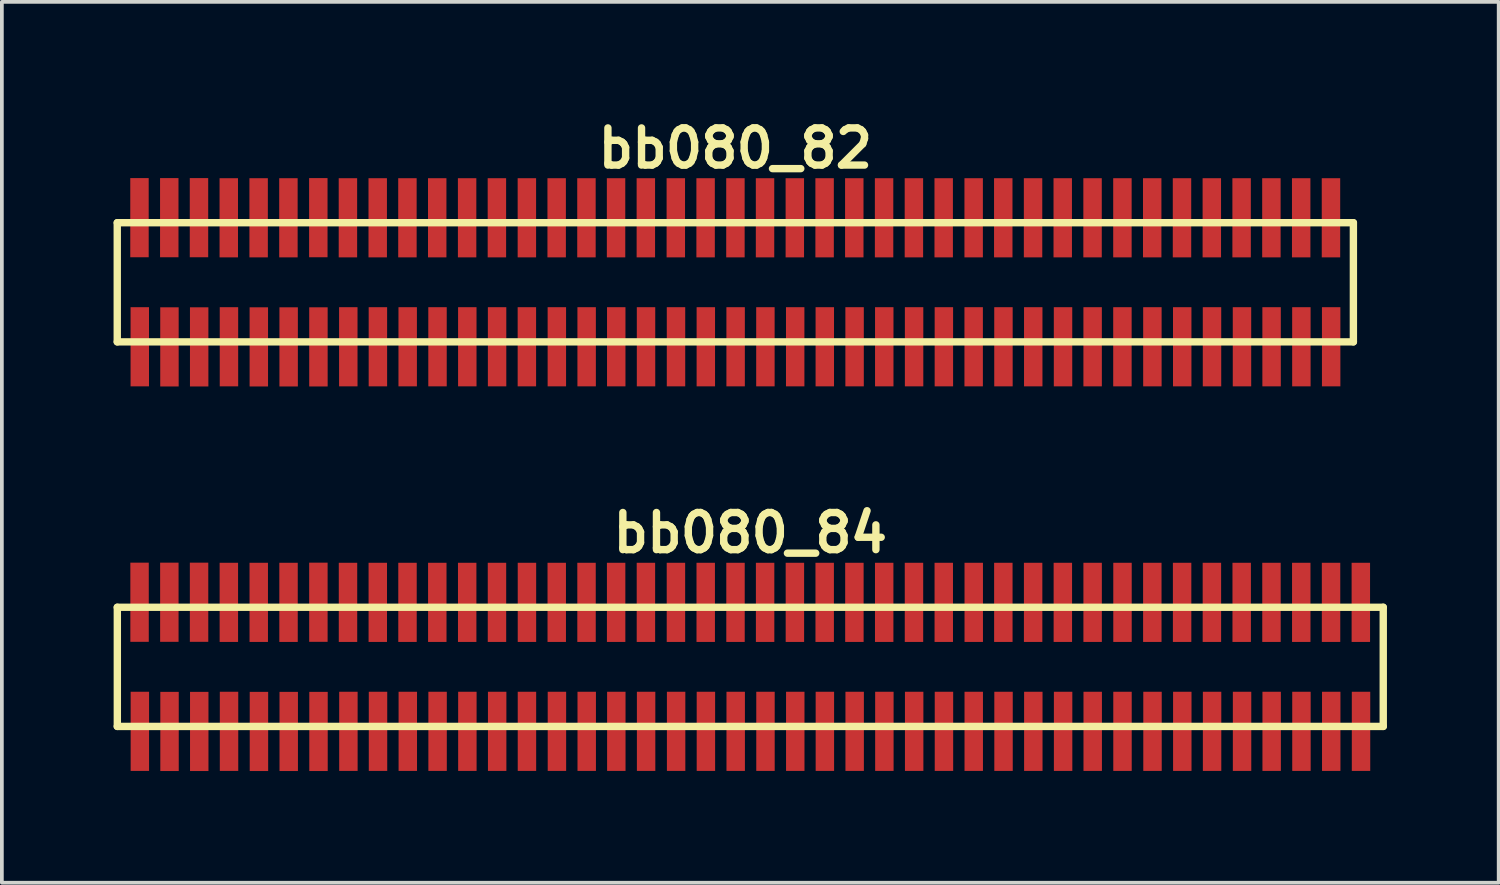
<source format=kicad_pcb>
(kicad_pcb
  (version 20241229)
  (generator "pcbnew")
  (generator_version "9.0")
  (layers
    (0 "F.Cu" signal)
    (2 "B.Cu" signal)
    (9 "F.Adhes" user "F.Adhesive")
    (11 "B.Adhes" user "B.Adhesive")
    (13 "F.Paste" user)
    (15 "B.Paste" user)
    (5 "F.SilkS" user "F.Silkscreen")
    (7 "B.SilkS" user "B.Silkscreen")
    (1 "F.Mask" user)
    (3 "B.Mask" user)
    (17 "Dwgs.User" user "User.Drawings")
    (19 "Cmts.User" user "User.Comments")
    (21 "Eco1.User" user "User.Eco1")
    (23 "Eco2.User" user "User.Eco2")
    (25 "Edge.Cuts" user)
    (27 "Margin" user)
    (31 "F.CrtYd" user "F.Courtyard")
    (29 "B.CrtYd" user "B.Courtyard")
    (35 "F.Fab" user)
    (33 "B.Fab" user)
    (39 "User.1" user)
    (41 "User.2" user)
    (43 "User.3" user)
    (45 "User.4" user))
  (footprint "bb080_82"
    (layer "F.Cu")
    (at 16.698 4.531)
    (property "Reference" "bb080_82" (at 0 -3.599 0) (layer "F.SilkS") (effects (font (size 0.998 0.998) (thickness 0.198))))
    (attr through_hole)
    (fp_line (start -16.599 -1.6) (end -16.599 1.6) (stroke (width 0.198) (type solid)) (layer "F.SilkS"))
    (fp_line (start -16.599 1.6) (end 16.599 1.6) (stroke (width 0.198) (type solid)) (layer "F.SilkS"))
    (fp_line (start 16.599 -1.6) (end -16.599 -1.6) (stroke (width 0.198) (type solid)) (layer "F.SilkS"))
    (fp_line (start 16.599 1.6) (end 16.599 -1.6) (stroke (width 0.198) (type solid)) (layer "F.SilkS"))
    (pad "1" smd rect (at -15.994 1.732) (size 0.495 2.126) (layers "F.Cu" "F.Mask" "F.Paste"))
    (pad "2" smd rect (at -16.002 -1.735) (size 0.495 2.126) (layers "F.Cu" "F.Mask" "F.Paste"))
    (pad "3" smd rect (at -15.197 1.735) (size 0.495 2.126) (layers "F.Cu" "F.Mask" "F.Paste"))
    (pad "4" smd rect (at -15.202 -1.735) (size 0.495 2.126) (layers "F.Cu" "F.Mask" "F.Paste"))
    (pad "5" smd rect (at -14.399 1.735) (size 0.495 2.126) (layers "F.Cu" "F.Mask" "F.Paste"))
    (pad "6" smd rect (at -14.404 -1.735) (size 0.495 2.126) (layers "F.Cu" "F.Mask" "F.Paste"))
    (pad "7" smd rect (at -13.599 1.732) (size 0.495 2.126) (layers "F.Cu" "F.Mask" "F.Paste"))
    (pad "8" smd rect (at -13.604 -1.732) (size 0.495 2.126) (layers "F.Cu" "F.Mask" "F.Paste"))
    (pad "9" smd rect (at -12.797 1.735) (size 0.495 2.126) (layers "F.Cu" "F.Mask" "F.Paste"))
    (pad "10" smd rect (at -12.802 -1.732) (size 0.495 2.126) (layers "F.Cu" "F.Mask" "F.Paste"))
    (pad "11" smd rect (at -11.996 1.735) (size 0.495 2.126) (layers "F.Cu" "F.Mask" "F.Paste"))
    (pad "12" smd rect (at -12.002 -1.732) (size 0.495 2.126) (layers "F.Cu" "F.Mask" "F.Paste"))
    (pad "13" smd rect (at -11.196 1.735) (size 0.495 2.126) (layers "F.Cu" "F.Mask" "F.Paste"))
    (pad "14" smd rect (at -11.199 -1.735) (size 0.495 2.126) (layers "F.Cu" "F.Mask" "F.Paste"))
    (pad "15" smd rect (at -10.394 1.732) (size 0.495 2.126) (layers "F.Cu" "F.Mask" "F.Paste"))
    (pad "16" smd rect (at -10.404 -1.732) (size 0.495 2.126) (layers "F.Cu" "F.Mask" "F.Paste"))
    (pad "17" smd rect (at -9.599 1.732) (size 0.495 2.126) (layers "F.Cu" "F.Mask" "F.Paste"))
    (pad "18" smd rect (at -9.604 -1.732) (size 0.495 2.126) (layers "F.Cu" "F.Mask" "F.Paste"))
    (pad "19" smd rect (at -8.799 1.732) (size 0.495 2.126) (layers "F.Cu" "F.Mask" "F.Paste"))
    (pad "20" smd rect (at -8.806 -1.732) (size 0.495 2.126) (layers "F.Cu" "F.Mask" "F.Paste"))
    (pad "21" smd rect (at -7.998 1.732) (size 0.495 2.126) (layers "F.Cu" "F.Mask" "F.Paste"))
    (pad "22" smd rect (at -8.006 -1.732) (size 0.495 2.126) (layers "F.Cu" "F.Mask" "F.Paste"))
    (pad "23" smd rect (at -7.198 1.732) (size 0.495 2.126) (layers "F.Cu" "F.Mask" "F.Paste"))
    (pad "24" smd rect (at -7.203 -1.732) (size 0.495 2.126) (layers "F.Cu" "F.Mask" "F.Paste"))
    (pad "25" smd rect (at -6.398 1.732) (size 0.495 2.126) (layers "F.Cu" "F.Mask" "F.Paste"))
    (pad "26" smd rect (at -6.403 -1.732) (size 0.495 2.126) (layers "F.Cu" "F.Mask" "F.Paste"))
    (pad "27" smd rect (at -5.598 1.732) (size 0.495 2.126) (layers "F.Cu" "F.Mask" "F.Paste"))
    (pad "28" smd rect (at -5.598 -1.732) (size 0.495 2.126) (layers "F.Cu" "F.Mask" "F.Paste"))
    (pad "29" smd rect (at -4.793 1.732) (size 0.495 2.126) (layers "F.Cu" "F.Mask" "F.Paste"))
    (pad "30" smd rect (at -4.798 -1.732) (size 0.495 2.126) (layers "F.Cu" "F.Mask" "F.Paste"))
    (pad "31" smd rect (at -3.993 1.732) (size 0.495 2.126) (layers "F.Cu" "F.Mask" "F.Paste"))
    (pad "32" smd rect (at -3.998 -1.732) (size 0.495 2.126) (layers "F.Cu" "F.Mask" "F.Paste"))
    (pad "33" smd rect (at -3.198 1.732) (size 0.495 2.126) (layers "F.Cu" "F.Mask" "F.Paste"))
    (pad "34" smd rect (at -3.203 -1.732) (size 0.495 2.126) (layers "F.Cu" "F.Mask" "F.Paste"))
    (pad "35" smd rect (at -2.398 1.732) (size 0.495 2.126) (layers "F.Cu" "F.Mask" "F.Paste"))
    (pad "36" smd rect (at -2.403 -1.732) (size 0.495 2.126) (layers "F.Cu" "F.Mask" "F.Paste"))
    (pad "37" smd rect (at -1.593 1.732) (size 0.495 2.126) (layers "F.Cu" "F.Mask" "F.Paste"))
    (pad "38" smd rect (at -1.598 -1.732) (size 0.495 2.126) (layers "F.Cu" "F.Mask" "F.Paste"))
    (pad "39" smd rect (at -0.792 1.732) (size 0.495 2.126) (layers "F.Cu" "F.Mask" "F.Paste"))
    (pad "40" smd rect (at -0.798 -1.732) (size 0.495 2.126) (layers "F.Cu" "F.Mask" "F.Paste"))
    (pad "41" smd rect (at 0.008 1.732) (size 0.495 2.126) (layers "F.Cu" "F.Mask" "F.Paste"))
    (pad "42" smd rect (at 0.003 -1.732) (size 0.495 2.126) (layers "F.Cu" "F.Mask" "F.Paste"))
    (pad "43" smd rect (at 0.808 1.732) (size 0.495 2.126) (layers "F.Cu" "F.Mask" "F.Paste"))
    (pad "44" smd rect (at 0.798 -1.732) (size 0.495 2.126) (layers "F.Cu" "F.Mask" "F.Paste"))
    (pad "45" smd rect (at 1.608 1.732) (size 0.495 2.126) (layers "F.Cu" "F.Mask" "F.Paste"))
    (pad "46" smd rect (at 1.598 -1.732) (size 0.495 2.126) (layers "F.Cu" "F.Mask" "F.Paste"))
    (pad "47" smd rect (at 2.403 1.732) (size 0.495 2.126) (layers "F.Cu" "F.Mask" "F.Paste"))
    (pad "48" smd rect (at 2.398 -1.732) (size 0.495 2.126) (layers "F.Cu" "F.Mask" "F.Paste"))
    (pad "49" smd rect (at 3.203 1.732) (size 0.495 2.126) (layers "F.Cu" "F.Mask" "F.Paste"))
    (pad "50" smd rect (at 3.195 -1.732) (size 0.495 2.126) (layers "F.Cu" "F.Mask" "F.Paste"))
    (pad "51" smd rect (at 4 1.732) (size 0.495 2.126) (layers "F.Cu" "F.Mask" "F.Paste"))
    (pad "52" smd rect (at 3.995 -1.732) (size 0.495 2.126) (layers "F.Cu" "F.Mask" "F.Paste"))
    (pad "53" smd rect (at 4.801 1.732) (size 0.495 2.126) (layers "F.Cu" "F.Mask" "F.Paste"))
    (pad "54" smd rect (at 4.796 -1.732) (size 0.495 2.126) (layers "F.Cu" "F.Mask" "F.Paste"))
    (pad "55" smd rect (at 5.601 1.732) (size 0.495 2.126) (layers "F.Cu" "F.Mask" "F.Paste"))
    (pad "56" smd rect (at 5.596 -1.732) (size 0.495 2.126) (layers "F.Cu" "F.Mask" "F.Paste"))
    (pad "57" smd rect (at 6.401 1.732) (size 0.495 2.126) (layers "F.Cu" "F.Mask" "F.Paste"))
    (pad "58" smd rect (at 6.401 -1.732) (size 0.495 2.126) (layers "F.Cu" "F.Mask" "F.Paste"))
    (pad "59" smd rect (at 7.201 1.732) (size 0.495 2.126) (layers "F.Cu" "F.Mask" "F.Paste"))
    (pad "60" smd rect (at 7.196 -1.732) (size 0.495 2.126) (layers "F.Cu" "F.Mask" "F.Paste"))
    (pad "61" smd rect (at 8.001 1.732) (size 0.495 2.126) (layers "F.Cu" "F.Mask" "F.Paste"))
    (pad "62" smd rect (at 7.996 -1.732) (size 0.495 2.126) (layers "F.Cu" "F.Mask" "F.Paste"))
    (pad "63" smd rect (at 8.801 1.732) (size 0.495 2.126) (layers "F.Cu" "F.Mask" "F.Paste"))
    (pad "64" smd rect (at 8.793 -1.732) (size 0.495 2.126) (layers "F.Cu" "F.Mask" "F.Paste"))
    (pad "65" smd rect (at 9.596 1.732) (size 0.495 2.126) (layers "F.Cu" "F.Mask" "F.Paste"))
    (pad "66" smd rect (at 9.594 -1.732) (size 0.495 2.126) (layers "F.Cu" "F.Mask" "F.Paste"))
    (pad "67" smd rect (at 10.396 1.732) (size 0.495 2.126) (layers "F.Cu" "F.Mask" "F.Paste"))
    (pad "68" smd rect (at 10.396 -1.732) (size 0.495 2.126) (layers "F.Cu" "F.Mask" "F.Paste"))
    (pad "69" smd rect (at 11.201 1.732) (size 0.495 2.126) (layers "F.Cu" "F.Mask" "F.Paste"))
    (pad "70" smd rect (at 11.196 -1.732) (size 0.495 2.126) (layers "F.Cu" "F.Mask" "F.Paste"))
    (pad "71" smd rect (at 12.002 1.732) (size 0.495 2.126) (layers "F.Cu" "F.Mask" "F.Paste"))
    (pad "72" smd rect (at 11.996 -1.732) (size 0.495 2.126) (layers "F.Cu" "F.Mask" "F.Paste"))
    (pad "73" smd rect (at 12.802 1.732) (size 0.495 2.126) (layers "F.Cu" "F.Mask" "F.Paste"))
    (pad "74" smd rect (at 12.797 -1.732) (size 0.495 2.126) (layers "F.Cu" "F.Mask" "F.Paste"))
    (pad "75" smd rect (at 13.607 1.732) (size 0.495 2.126) (layers "F.Cu" "F.Mask" "F.Paste"))
    (pad "76" smd rect (at 13.597 -1.732) (size 0.495 2.126) (layers "F.Cu" "F.Mask" "F.Paste"))
    (pad "77" smd rect (at 14.402 1.732) (size 0.495 2.126) (layers "F.Cu" "F.Mask" "F.Paste"))
    (pad "78" smd rect (at 14.397 -1.732) (size 0.495 2.126) (layers "F.Cu" "F.Mask" "F.Paste"))
    (pad "79" smd rect (at 15.202 1.732) (size 0.495 2.126) (layers "F.Cu" "F.Mask" "F.Paste"))
    (pad "80" smd rect (at 15.197 -1.732) (size 0.495 2.126) (layers "F.Cu" "F.Mask" "F.Paste"))
    (pad "81" smd rect (at 16.002 1.732) (size 0.495 2.126) (layers "F.Cu" "F.Mask" "F.Paste"))
    (pad "82" smd rect (at 15.997 -1.732) (size 0.495 2.126) (layers "F.Cu" "F.Mask" "F.Paste")))
  (footprint "bb080_84"
    (layer "F.Cu")
    (at 17.099 14.859)
    (property "Reference" "bb080_84" (at 0 -3.599 0) (layer "F.SilkS") (effects (font (size 0.998 0.998) (thickness 0.198))))
    (attr through_hole)
    (fp_line (start -17 -1.6) (end 17 -1.6) (stroke (width 0.198) (type solid)) (layer "F.SilkS"))
    (fp_line (start -16.998 -1.6) (end -16.998 1.6) (stroke (width 0.198) (type solid)) (layer "F.SilkS"))
    (fp_line (start 17 1.6) (end -17 1.6) (stroke (width 0.198) (type solid)) (layer "F.SilkS"))
    (fp_line (start 17 1.6) (end 17 -1.6) (stroke (width 0.198) (type solid)) (layer "F.SilkS"))
    (pad "1" smd rect (at -16.393 1.732) (size 0.495 2.126) (layers "F.Cu" "F.Mask" "F.Paste"))
    (pad "2" smd rect (at -16.401 -1.735) (size 0.495 2.126) (layers "F.Cu" "F.Mask" "F.Paste"))
    (pad "3" smd rect (at -15.596 1.735) (size 0.495 2.126) (layers "F.Cu" "F.Mask" "F.Paste"))
    (pad "4" smd rect (at -15.601 -1.735) (size 0.495 2.126) (layers "F.Cu" "F.Mask" "F.Paste"))
    (pad "5" smd rect (at -14.798 1.735) (size 0.495 2.126) (layers "F.Cu" "F.Mask" "F.Paste"))
    (pad "6" smd rect (at -14.803 -1.735) (size 0.495 2.126) (layers "F.Cu" "F.Mask" "F.Paste"))
    (pad "7" smd rect (at -13.998 1.732) (size 0.495 2.126) (layers "F.Cu" "F.Mask" "F.Paste"))
    (pad "8" smd rect (at -14.003 -1.732) (size 0.495 2.126) (layers "F.Cu" "F.Mask" "F.Paste"))
    (pad "9" smd rect (at -13.195 1.735) (size 0.495 2.126) (layers "F.Cu" "F.Mask" "F.Paste"))
    (pad "10" smd rect (at -13.2 -1.732) (size 0.495 2.126) (layers "F.Cu" "F.Mask" "F.Paste"))
    (pad "11" smd rect (at -12.395 1.735) (size 0.495 2.126) (layers "F.Cu" "F.Mask" "F.Paste"))
    (pad "12" smd rect (at -12.4 -1.732) (size 0.495 2.126) (layers "F.Cu" "F.Mask" "F.Paste"))
    (pad "13" smd rect (at -11.595 1.735) (size 0.495 2.126) (layers "F.Cu" "F.Mask" "F.Paste"))
    (pad "14" smd rect (at -11.598 -1.735) (size 0.495 2.126) (layers "F.Cu" "F.Mask" "F.Paste"))
    (pad "15" smd rect (at -10.792 1.732) (size 0.495 2.126) (layers "F.Cu" "F.Mask" "F.Paste"))
    (pad "16" smd rect (at -10.803 -1.732) (size 0.495 2.126) (layers "F.Cu" "F.Mask" "F.Paste"))
    (pad "17" smd rect (at -9.997 1.732) (size 0.495 2.126) (layers "F.Cu" "F.Mask" "F.Paste"))
    (pad "18" smd rect (at -10.003 -1.732) (size 0.495 2.126) (layers "F.Cu" "F.Mask" "F.Paste"))
    (pad "19" smd rect (at -9.197 1.732) (size 0.495 2.126) (layers "F.Cu" "F.Mask" "F.Paste"))
    (pad "20" smd rect (at -9.205 -1.732) (size 0.495 2.126) (layers "F.Cu" "F.Mask" "F.Paste"))
    (pad "21" smd rect (at -8.397 1.732) (size 0.495 2.126) (layers "F.Cu" "F.Mask" "F.Paste"))
    (pad "22" smd rect (at -8.405 -1.732) (size 0.495 2.126) (layers "F.Cu" "F.Mask" "F.Paste"))
    (pad "23" smd rect (at -7.597 1.732) (size 0.495 2.126) (layers "F.Cu" "F.Mask" "F.Paste"))
    (pad "24" smd rect (at -7.602 -1.732) (size 0.495 2.126) (layers "F.Cu" "F.Mask" "F.Paste"))
    (pad "25" smd rect (at -6.797 1.732) (size 0.495 2.126) (layers "F.Cu" "F.Mask" "F.Paste"))
    (pad "26" smd rect (at -6.802 -1.732) (size 0.495 2.126) (layers "F.Cu" "F.Mask" "F.Paste"))
    (pad "27" smd rect (at -5.997 1.732) (size 0.495 2.126) (layers "F.Cu" "F.Mask" "F.Paste"))
    (pad "28" smd rect (at -5.997 -1.732) (size 0.495 2.126) (layers "F.Cu" "F.Mask" "F.Paste"))
    (pad "29" smd rect (at -5.192 1.732) (size 0.495 2.126) (layers "F.Cu" "F.Mask" "F.Paste"))
    (pad "30" smd rect (at -5.197 -1.732) (size 0.495 2.126) (layers "F.Cu" "F.Mask" "F.Paste"))
    (pad "31" smd rect (at -4.392 1.732) (size 0.495 2.126) (layers "F.Cu" "F.Mask" "F.Paste"))
    (pad "32" smd rect (at -4.397 -1.732) (size 0.495 2.126) (layers "F.Cu" "F.Mask" "F.Paste"))
    (pad "33" smd rect (at -3.597 1.732) (size 0.495 2.126) (layers "F.Cu" "F.Mask" "F.Paste"))
    (pad "34" smd rect (at -3.602 -1.732) (size 0.495 2.126) (layers "F.Cu" "F.Mask" "F.Paste"))
    (pad "35" smd rect (at -2.797 1.732) (size 0.495 2.126) (layers "F.Cu" "F.Mask" "F.Paste"))
    (pad "36" smd rect (at -2.802 -1.732) (size 0.495 2.126) (layers "F.Cu" "F.Mask" "F.Paste"))
    (pad "37" smd rect (at -1.991 1.732) (size 0.495 2.126) (layers "F.Cu" "F.Mask" "F.Paste"))
    (pad "38" smd rect (at -1.996 -1.732) (size 0.495 2.126) (layers "F.Cu" "F.Mask" "F.Paste"))
    (pad "39" smd rect (at -1.191 1.732) (size 0.495 2.126) (layers "F.Cu" "F.Mask" "F.Paste"))
    (pad "40" smd rect (at -1.196 -1.732) (size 0.495 2.126) (layers "F.Cu" "F.Mask" "F.Paste"))
    (pad "41" smd rect (at -0.391 1.732) (size 0.495 2.126) (layers "F.Cu" "F.Mask" "F.Paste"))
    (pad "42" smd rect (at -0.396 -1.732) (size 0.495 2.126) (layers "F.Cu" "F.Mask" "F.Paste"))
    (pad "43" smd rect (at 0.409 1.732) (size 0.495 2.126) (layers "F.Cu" "F.Mask" "F.Paste"))
    (pad "44" smd rect (at 0.399 -1.732) (size 0.495 2.126) (layers "F.Cu" "F.Mask" "F.Paste"))
    (pad "45" smd rect (at 1.209 1.732) (size 0.495 2.126) (layers "F.Cu" "F.Mask" "F.Paste"))
    (pad "46" smd rect (at 1.199 -1.732) (size 0.495 2.126) (layers "F.Cu" "F.Mask" "F.Paste"))
    (pad "47" smd rect (at 2.004 1.732) (size 0.495 2.126) (layers "F.Cu" "F.Mask" "F.Paste"))
    (pad "48" smd rect (at 1.999 -1.732) (size 0.495 2.126) (layers "F.Cu" "F.Mask" "F.Paste"))
    (pad "49" smd rect (at 2.804 1.732) (size 0.495 2.126) (layers "F.Cu" "F.Mask" "F.Paste"))
    (pad "50" smd rect (at 2.797 -1.732) (size 0.495 2.126) (layers "F.Cu" "F.Mask" "F.Paste"))
    (pad "51" smd rect (at 3.602 1.732) (size 0.495 2.126) (layers "F.Cu" "F.Mask" "F.Paste"))
    (pad "52" smd rect (at 3.597 -1.732) (size 0.495 2.126) (layers "F.Cu" "F.Mask" "F.Paste"))
    (pad "53" smd rect (at 4.402 1.732) (size 0.495 2.126) (layers "F.Cu" "F.Mask" "F.Paste"))
    (pad "54" smd rect (at 4.397 -1.732) (size 0.495 2.126) (layers "F.Cu" "F.Mask" "F.Paste"))
    (pad "55" smd rect (at 5.202 1.732) (size 0.495 2.126) (layers "F.Cu" "F.Mask" "F.Paste"))
    (pad "56" smd rect (at 5.197 -1.732) (size 0.495 2.126) (layers "F.Cu" "F.Mask" "F.Paste"))
    (pad "57" smd rect (at 6.002 1.732) (size 0.495 2.126) (layers "F.Cu" "F.Mask" "F.Paste"))
    (pad "58" smd rect (at 6.002 -1.732) (size 0.495 2.126) (layers "F.Cu" "F.Mask" "F.Paste"))
    (pad "59" smd rect (at 6.802 1.732) (size 0.495 2.126) (layers "F.Cu" "F.Mask" "F.Paste"))
    (pad "60" smd rect (at 6.797 -1.732) (size 0.495 2.126) (layers "F.Cu" "F.Mask" "F.Paste"))
    (pad "61" smd rect (at 7.602 1.732) (size 0.495 2.126) (layers "F.Cu" "F.Mask" "F.Paste"))
    (pad "62" smd rect (at 7.597 -1.732) (size 0.495 2.126) (layers "F.Cu" "F.Mask" "F.Paste"))
    (pad "63" smd rect (at 8.402 1.732) (size 0.495 2.126) (layers "F.Cu" "F.Mask" "F.Paste"))
    (pad "64" smd rect (at 8.395 -1.732) (size 0.495 2.126) (layers "F.Cu" "F.Mask" "F.Paste"))
    (pad "65" smd rect (at 9.197 1.732) (size 0.495 2.126) (layers "F.Cu" "F.Mask" "F.Paste"))
    (pad "66" smd rect (at 9.195 -1.732) (size 0.495 2.126) (layers "F.Cu" "F.Mask" "F.Paste"))
    (pad "67" smd rect (at 9.997 1.732) (size 0.495 2.126) (layers "F.Cu" "F.Mask" "F.Paste"))
    (pad "68" smd rect (at 9.997 -1.732) (size 0.495 2.126) (layers "F.Cu" "F.Mask" "F.Paste"))
    (pad "69" smd rect (at 10.803 1.732) (size 0.495 2.126) (layers "F.Cu" "F.Mask" "F.Paste"))
    (pad "70" smd rect (at 10.798 -1.732) (size 0.495 2.126) (layers "F.Cu" "F.Mask" "F.Paste"))
    (pad "71" smd rect (at 11.603 1.732) (size 0.495 2.126) (layers "F.Cu" "F.Mask" "F.Paste"))
    (pad "72" smd rect (at 11.598 -1.732) (size 0.495 2.126) (layers "F.Cu" "F.Mask" "F.Paste"))
    (pad "73" smd rect (at 12.403 1.732) (size 0.495 2.126) (layers "F.Cu" "F.Mask" "F.Paste"))
    (pad "74" smd rect (at 12.398 -1.732) (size 0.495 2.126) (layers "F.Cu" "F.Mask" "F.Paste"))
    (pad "75" smd rect (at 13.208 1.732) (size 0.495 2.126) (layers "F.Cu" "F.Mask" "F.Paste"))
    (pad "76" smd rect (at 13.198 -1.732) (size 0.495 2.126) (layers "F.Cu" "F.Mask" "F.Paste"))
    (pad "77" smd rect (at 14.003 1.732) (size 0.495 2.126) (layers "F.Cu" "F.Mask" "F.Paste"))
    (pad "78" smd rect (at 13.998 -1.732) (size 0.495 2.126) (layers "F.Cu" "F.Mask" "F.Paste"))
    (pad "79" smd rect (at 14.803 1.732) (size 0.495 2.126) (layers "F.Cu" "F.Mask" "F.Paste"))
    (pad "80" smd rect (at 14.798 -1.732) (size 0.495 2.126) (layers "F.Cu" "F.Mask" "F.Paste"))
    (pad "81" smd rect (at 15.603 1.732) (size 0.495 2.126) (layers "F.Cu" "F.Mask" "F.Paste"))
    (pad "82" smd rect (at 15.598 -1.732) (size 0.495 2.126) (layers "F.Cu" "F.Mask" "F.Paste"))
    (pad "83" smd rect (at 16.403 1.732) (size 0.495 2.126) (layers "F.Cu" "F.Mask" "F.Paste"))
    (pad "84" smd rect (at 16.398 -1.732) (size 0.495 2.126) (layers "F.Cu" "F.Mask" "F.Paste")))
  (gr_rect
    (start -3 -3)
    (end 37.199 20.657)
    (stroke (width 0.1) (type default))
    (fill no)
    (layer "Edge.Cuts")))
</source>
